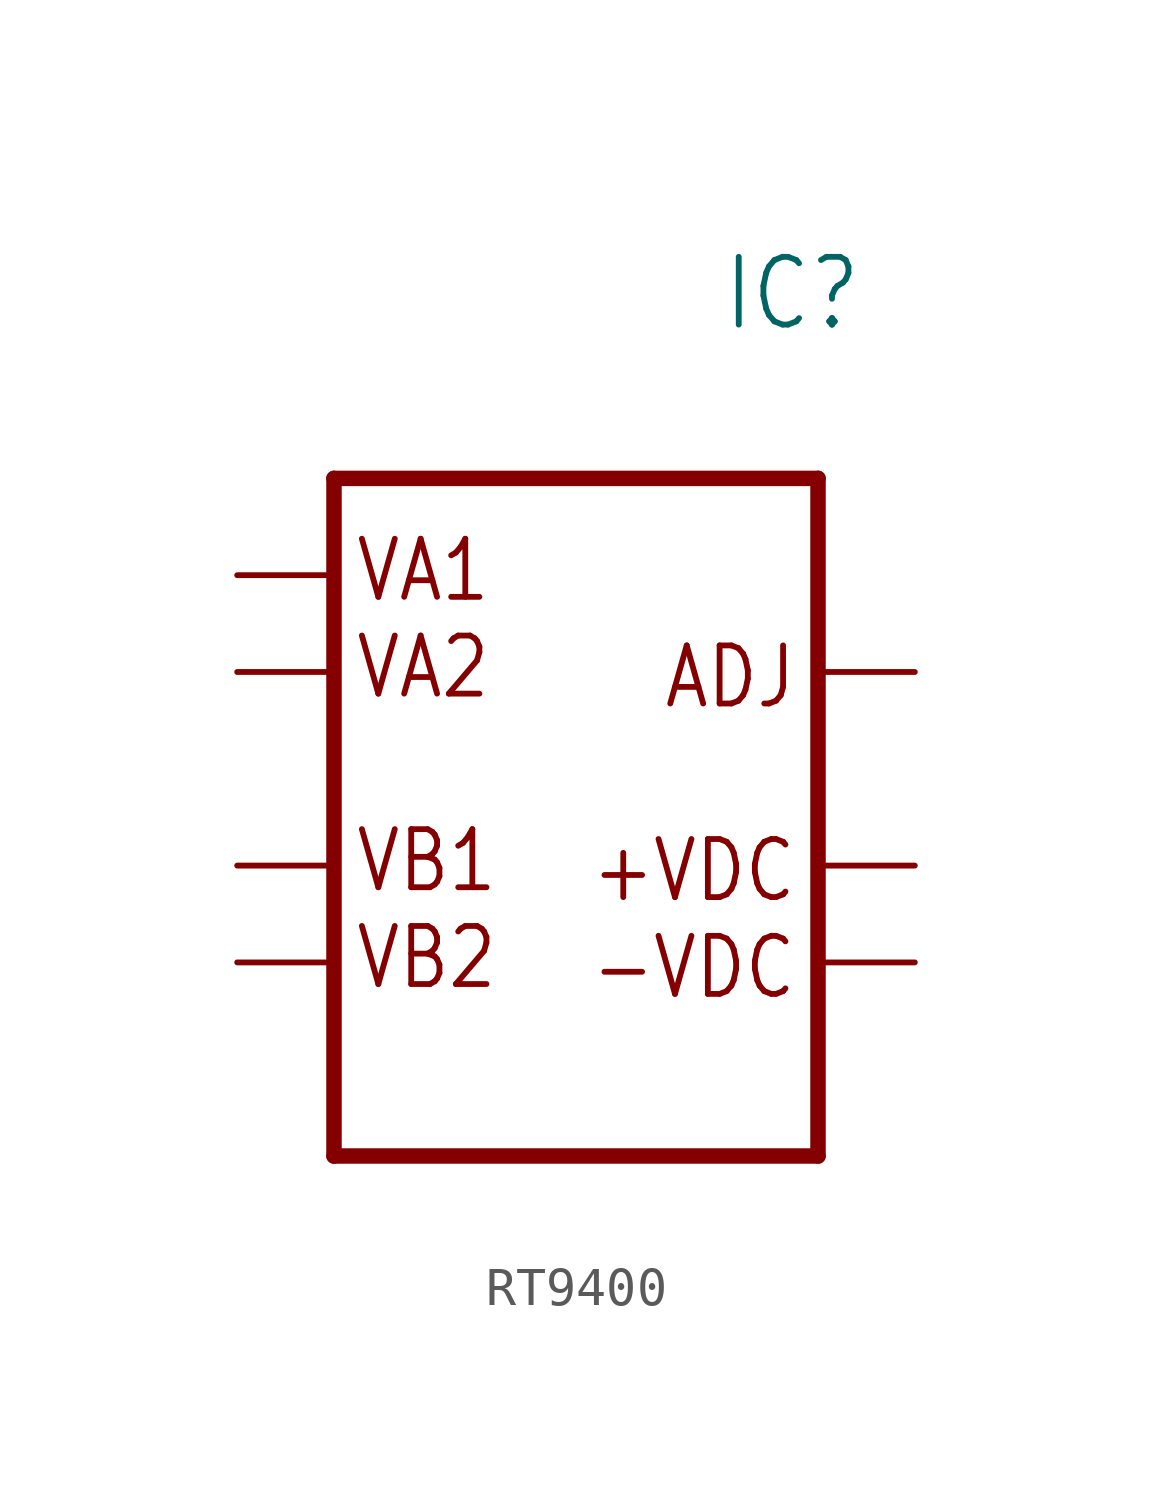
<source format=kicad_sym>
(kicad_symbol_lib
  (version 20220914)
  (generator kicad_symbol_editor)
  (symbol "RT9400"
    (property "Reference" "IC"
      (at 5.08 19.05 0)
      (effects (font (size 1.778 1.511)) (justify left bottom)))
    (property "Value" ""
      (at 5.08 16.51 0)
      (effects (font (size 1.778 1.511)) (justify left bottom)))
    (property "ki_locked" ""
      (at 0 0 0)
      (effects (font (size 1.27 1.27))))
    (symbol "RT9400_1_0"
      (polyline (pts (xy -5.08 -2.54) (xy 7.62 -2.54)) (stroke (width 0.406) (type solid)) (fill (type none)))
      (polyline (pts (xy -5.08 15.24) (xy -5.08 -2.54)) (stroke (width 0.406) (type solid)) (fill (type none)))
      (polyline (pts (xy 7.62 -2.54) (xy 7.62 15.24)) (stroke (width 0.406) (type solid)) (fill (type none)))
      (polyline (pts (xy 7.62 15.24) (xy -5.08 15.24)) (stroke (width 0.406) (type solid)) (fill (type none)))
      (text "+VDC" (at 7.112 5.842 0) (effects (font (size 1.524 1.295)) (justify right top)))
      (text "-VDC" (at 7.112 3.302 0) (effects (font (size 1.524 1.295)) (justify right top)))
      (text "ADJ" (at 7.112 10.922 0) (effects (font (size 1.524 1.295)) (justify right top)))
      (text "VA1" (at -4.572 11.938 0) (effects (font (size 1.524 1.295)) (justify left bottom)))
      (text "VA2" (at -4.572 9.398 0) (effects (font (size 1.524 1.295)) (justify left bottom)))
      (text "VB1" (at -4.572 4.318 0) (effects (font (size 1.524 1.295)) (justify left bottom)))
      (text "VB2" (at -4.572 1.778 0) (effects (font (size 1.524 1.295)) (justify left bottom)))
      (pin input line (at -7.62 12.7 0) (length 2.54) (name "VA1" (effects (font (size 0 0)))) (number "P$1" (effects (font (size 0 0)))))
      (pin input line (at -7.62 10.16 0) (length 2.54) (name "VA2" (effects (font (size 0 0)))) (number "P$2" (effects (font (size 0 0)))))
      (pin input line (at -7.62 5.08 0) (length 2.54) (name "VB1" (effects (font (size 0 0)))) (number "P$3" (effects (font (size 0 0)))))
      (pin input line (at -7.62 2.54 0) (length 2.54) (name "VB2" (effects (font (size 0 0)))) (number "P$4" (effects (font (size 0 0)))))
      (pin output line (at 10.16 2.54 180) (length 2.54) (name "-VDC" (effects (font (size 0 0)))) (number "P$5" (effects (font (size 0 0)))))
      (pin output line (at 10.16 5.08 180) (length 2.54) (name "+VDC" (effects (font (size 0 0)))) (number "P$6" (effects (font (size 0 0)))))
      (pin output line (at 10.16 10.16 180) (length 2.54) (name "ADJ" (effects (font (size 0 0)))) (number "P$7" (effects (font (size 0 0))))))))
</source>
